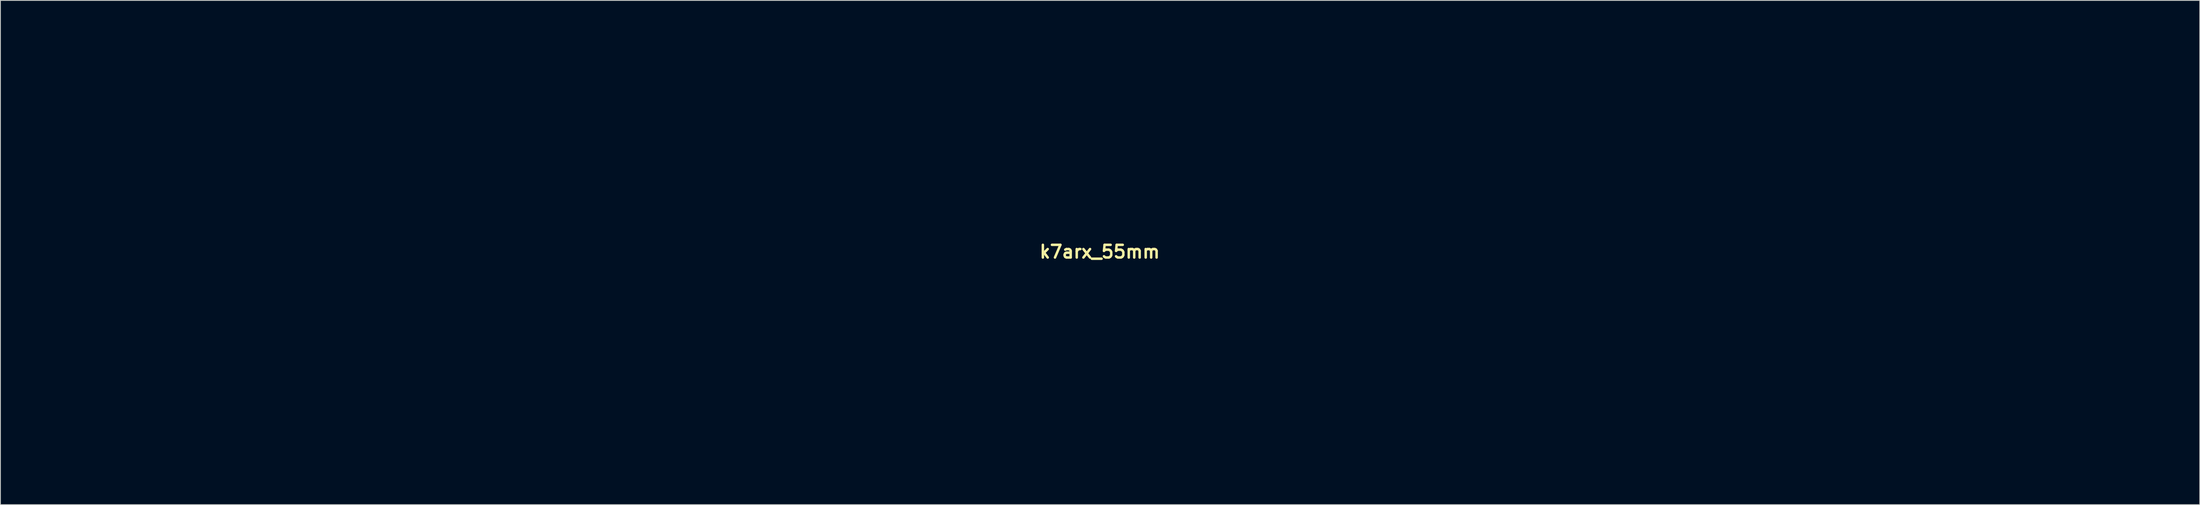
<source format=kicad_pcb>
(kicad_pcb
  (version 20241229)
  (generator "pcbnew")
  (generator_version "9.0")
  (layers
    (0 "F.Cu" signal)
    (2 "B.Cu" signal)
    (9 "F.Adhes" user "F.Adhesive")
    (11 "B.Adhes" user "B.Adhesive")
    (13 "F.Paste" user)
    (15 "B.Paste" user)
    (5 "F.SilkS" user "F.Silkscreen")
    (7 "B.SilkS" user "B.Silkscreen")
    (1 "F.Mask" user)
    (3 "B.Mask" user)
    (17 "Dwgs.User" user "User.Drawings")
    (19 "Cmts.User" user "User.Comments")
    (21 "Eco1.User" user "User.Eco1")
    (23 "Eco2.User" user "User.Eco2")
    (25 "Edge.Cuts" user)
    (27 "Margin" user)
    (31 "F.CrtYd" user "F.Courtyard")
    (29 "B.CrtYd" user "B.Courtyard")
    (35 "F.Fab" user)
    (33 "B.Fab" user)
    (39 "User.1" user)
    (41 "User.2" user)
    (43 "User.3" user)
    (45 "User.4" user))
  (footprint "k7arx_55mm"
    (layer "F.Cu")
    (at 128.871 27.194)
    (property "Reference" "k7arx_55mm" (at 0 0 0) (layer "F.SilkS") (effects (font (size 1.524 1.524) (thickness 0.3))))
    (attr through_hole)
    (fp_poly (pts (xy -70.536 -26.715) (xy -70.317 -26.701) (xy -70.014 -26.679) (xy -69.642 -26.65) (xy -69.211 -26.615) (xy -68.736 -26.576) (xy -68.23 -26.532) (xy -67.893 -26.503) (xy -66.843 -26.411) (xy -65.871 -26.329) (xy -64.961 -26.258) (xy -64.102 -26.195) (xy -63.278 -26.141) (xy -62.475 -26.095) (xy -61.681 -26.056) (xy -60.881 -26.025) (xy -60.062 -25.999) (xy -59.209 -25.979) (xy -58.309 -25.965) (xy -57.348 -25.955) (xy -56.313 -25.949) (xy -55.188 -25.946) (xy -54.539 -25.945) (xy -53.223 -25.948) (xy -52.005 -25.954) (xy -50.869 -25.965) (xy -49.802 -25.981) (xy -48.79 -26.003) (xy -47.821 -26.031) (xy -46.879 -26.065) (xy -45.953 -26.106) (xy -45.028 -26.154) (xy -44.09 -26.211) (xy -43.126 -26.275) (xy -42.233 -26.339) (xy -41.747 -26.374) (xy -41.291 -26.405) (xy -40.879 -26.431) (xy -40.523 -26.451) (xy -40.235 -26.465) (xy -40.027 -26.472) (xy -39.913 -26.471) (xy -39.897 -26.468) (xy -39.686 -26.356) (xy -39.454 -26.148) (xy -39.211 -25.852) (xy -38.963 -25.479) (xy -38.718 -25.038) (xy -38.692 -24.988) (xy -38.53 -24.638) (xy -38.365 -24.24) (xy -38.204 -23.812) (xy -38.053 -23.374) (xy -37.917 -22.944) (xy -37.805 -22.543) (xy -37.72 -22.19) (xy -37.671 -21.905) (xy -37.66 -21.755) (xy -37.675 -21.599) (xy -37.727 -21.439) (xy -37.823 -21.262) (xy -37.973 -21.054) (xy -38.186 -20.802) (xy -38.471 -20.492) (xy -38.52 -20.44) (xy -39.081 -19.844) (xy -39.583 -19.302) (xy -40.044 -18.793) (xy -40.485 -18.295) (xy -40.879 -17.84) (xy -42.452 -15.934) (xy -43.956 -13.96) (xy -45.388 -11.926) (xy -46.742 -9.842) (xy -48.013 -7.715) (xy -49.197 -5.553) (xy -50.289 -3.366) (xy -51.284 -1.161) (xy -52.177 1.055) (xy -52.741 2.611) (xy -53.35 4.471) (xy -53.881 6.3) (xy -54.339 8.12) (xy -54.728 9.953) (xy -55.054 11.821) (xy -55.321 13.746) (xy -55.51 15.504) (xy -55.534 15.824) (xy -55.555 16.228) (xy -55.573 16.701) (xy -55.588 17.229) (xy -55.6 17.798) (xy -55.608 18.392) (xy -55.613 18.998) (xy -55.614 19.6) (xy -55.612 20.184) (xy -55.606 20.734) (xy -55.597 21.238) (xy -55.584 21.68) (xy -55.567 22.045) (xy -55.546 22.318) (xy -55.54 22.376) (xy -55.47 22.872) (xy -55.381 23.402) (xy -55.279 23.938) (xy -55.168 24.451) (xy -55.055 24.913) (xy -54.946 25.295) (xy -54.943 25.304) (xy -54.825 25.718) (xy -54.748 26.093) (xy -54.719 26.335) (xy -54.709 26.557) (xy -54.718 26.706) (xy -54.752 26.818) (xy -54.817 26.929) (xy -54.822 26.936) (xy -54.959 27.093) (xy -55.123 27.226) (xy -55.143 27.239) (xy -55.177 27.257) (xy -55.214 27.274) (xy -55.262 27.288) (xy -55.327 27.301) (xy -55.415 27.312) (xy -55.534 27.321) (xy -55.69 27.329) (xy -55.89 27.335) (xy -56.14 27.341) (xy -56.446 27.345) (xy -56.817 27.349) (xy -57.257 27.352) (xy -57.773 27.354) (xy -58.373 27.356) (xy -59.063 27.357) (xy -59.849 27.359) (xy -60.739 27.36) (xy -60.779 27.36) (xy -61.546 27.361) (xy -62.285 27.361) (xy -62.988 27.36) (xy -63.646 27.359) (xy -64.252 27.356) (xy -64.799 27.353) (xy -65.278 27.35) (xy -65.682 27.346) (xy -66.003 27.341) (xy -66.234 27.336) (xy -66.366 27.33) (xy -66.394 27.327) (xy -66.658 27.215) (xy -66.906 27.023) (xy -67.108 26.782) (xy -67.233 26.521) (xy -67.236 26.512) (xy -67.267 26.325) (xy -67.285 26.032) (xy -67.29 25.632) (xy -67.284 25.127) (xy -67.265 24.52) (xy -67.238 23.888) (xy -67.075 21.586) (xy -66.807 19.254) (xy -66.435 16.894) (xy -65.958 14.508) (xy -65.378 12.096) (xy -64.695 9.66) (xy -63.909 7.203) (xy -63.021 4.724) (xy -62.032 2.227) (xy -60.941 -0.289) (xy -59.749 -2.82) (xy -58.457 -5.366) (xy -57.977 -6.268) (xy -57.242 -7.604) (xy -56.464 -8.961) (xy -55.655 -10.323) (xy -54.826 -11.671) (xy -53.987 -12.989) (xy -53.149 -14.259) (xy -52.323 -15.465) (xy -51.519 -16.589) (xy -51.3 -16.887) (xy -51.179 -17.058) (xy -51.094 -17.195) (xy -51.059 -17.275) (xy -51.061 -17.286) (xy -51.12 -17.291) (xy -51.283 -17.297) (xy -51.539 -17.301) (xy -51.883 -17.305) (xy -52.305 -17.309) (xy -52.799 -17.312) (xy -53.357 -17.314) (xy -53.97 -17.316) (xy -54.632 -17.317) (xy -55.334 -17.318) (xy -56.07 -17.319) (xy -56.83 -17.318) (xy -57.608 -17.318) (xy -58.395 -17.317) (xy -59.185 -17.315) (xy -59.968 -17.313) (xy -60.738 -17.311) (xy -61.488 -17.308) (xy -62.208 -17.305) (xy -62.891 -17.301) (xy -63.531 -17.297) (xy -64.118 -17.293) (xy -64.646 -17.288) (xy -65.106 -17.283) (xy -65.491 -17.278) (xy -65.793 -17.272) (xy -66.005 -17.266) (xy -66.084 -17.262) (xy -67.373 -17.149) (xy -68.586 -16.967) (xy -69.737 -16.715) (xy -70.837 -16.389) (xy -71.321 -16.218) (xy -71.565 -16.121) (xy -71.88 -15.988) (xy -72.242 -15.83) (xy -72.621 -15.658) (xy -72.993 -15.486) (xy -73.039 -15.464) (xy -73.509 -15.242) (xy -73.893 -15.065) (xy -74.204 -14.929) (xy -74.455 -14.827) (xy -74.659 -14.756) (xy -74.827 -14.711) (xy -74.972 -14.687) (xy -75.108 -14.679) (xy -75.122 -14.679) (xy -75.527 -14.718) (xy -75.878 -14.829) (xy -76.164 -15.004) (xy -76.375 -15.235) (xy -76.499 -15.513) (xy -76.529 -15.759) (xy -76.503 -16.064) (xy -76.427 -16.455) (xy -76.306 -16.921) (xy -76.145 -17.451) (xy -75.948 -18.035) (xy -75.719 -18.661) (xy -75.463 -19.321) (xy -75.185 -20.002) (xy -74.888 -20.695) (xy -74.577 -21.388) (xy -74.257 -22.072) (xy -73.932 -22.736) (xy -73.606 -23.369) (xy -73.284 -23.961) (xy -72.971 -24.501) (xy -72.671 -24.978) (xy -72.626 -25.044) (xy -72.294 -25.522) (xy -71.997 -25.907) (xy -71.728 -26.208) (xy -71.478 -26.431) (xy -71.236 -26.585) (xy -70.994 -26.678) (xy -70.744 -26.717) (xy -70.658 -26.719) (xy -70.536 -26.715)) (stroke (width 0.01) (type solid)) (fill yes) (layer "F.Mask"))
    (fp_poly (pts (xy -122.717 -26.307) (xy -122.055 -26.306) (xy -121.487 -26.305) (xy -121.005 -26.303) (xy -120.601 -26.3) (xy -120.266 -26.296) (xy -119.994 -26.29) (xy -119.775 -26.283) (xy -119.602 -26.274) (xy -119.467 -26.263) (xy -119.362 -26.251) (xy -119.278 -26.235) (xy -119.208 -26.218) (xy -119.183 -26.21) (xy -118.813 -26.053) (xy -118.518 -25.825) (xy -118.279 -25.512) (xy -118.203 -25.375) (xy -118.011 -24.998) (xy -118.018 -24.251) (xy -118.026 -23.915) (xy -118.045 -23.515) (xy -118.072 -23.094) (xy -118.103 -22.697) (xy -118.113 -22.596) (xy -118.171 -21.953) (xy -118.227 -21.258) (xy -118.281 -20.504) (xy -118.334 -19.682) (xy -118.385 -18.786) (xy -118.435 -17.806) (xy -118.485 -16.736) (xy -118.536 -15.568) (xy -118.562 -14.927) (xy -118.577 -14.513) (xy -118.592 -14.03) (xy -118.607 -13.487) (xy -118.623 -12.893) (xy -118.638 -12.259) (xy -118.652 -11.595) (xy -118.667 -10.909) (xy -118.68 -10.213) (xy -118.692 -9.515) (xy -118.704 -8.826) (xy -118.714 -8.156) (xy -118.723 -7.513) (xy -118.73 -6.909) (xy -118.736 -6.353) (xy -118.739 -5.854) (xy -118.741 -5.423) (xy -118.741 -5.069) (xy -118.738 -4.802) (xy -118.733 -4.632) (xy -118.73 -4.6) (xy -118.67 -4.241) (xy -118.561 -3.981) (xy -118.405 -3.82) (xy -118.203 -3.759) (xy -117.955 -3.797) (xy -117.662 -3.934) (xy -117.325 -4.172) (xy -117.324 -4.173) (xy -117.156 -4.312) (xy -116.919 -4.514) (xy -116.625 -4.768) (xy -116.287 -5.063) (xy -115.917 -5.388) (xy -115.527 -5.733) (xy -115.13 -6.086) (xy -114.738 -6.436) (xy -114.363 -6.773) (xy -114.018 -7.085) (xy -113.834 -7.254) (xy -112.972 -8.05) (xy -112.131 -8.836) (xy -111.305 -9.618) (xy -110.488 -10.403) (xy -109.675 -11.197) (xy -108.858 -12.006) (xy -108.031 -12.837) (xy -107.19 -13.696) (xy -106.327 -14.588) (xy -105.436 -15.521) (xy -104.513 -16.5) (xy -103.549 -17.532) (xy -102.54 -18.622) (xy -101.479 -19.778) (xy -100.361 -21.005) (xy -99.178 -22.31) (xy -99.069 -22.431) (xy -98.512 -23.046) (xy -98.022 -23.584) (xy -97.592 -24.052) (xy -97.215 -24.453) (xy -96.885 -24.795) (xy -96.596 -25.082) (xy -96.341 -25.321) (xy -96.113 -25.516) (xy -95.907 -25.674) (xy -95.715 -25.8) (xy -95.531 -25.899) (xy -95.349 -25.978) (xy -95.162 -26.041) (xy -94.964 -26.095) (xy -94.774 -26.139) (xy -94.696 -26.154) (xy -94.605 -26.167) (xy -94.493 -26.179) (xy -94.353 -26.189) (xy -94.178 -26.197) (xy -93.961 -26.204) (xy -93.696 -26.209) (xy -93.375 -26.213) (xy -92.991 -26.216) (xy -92.538 -26.218) (xy -92.008 -26.218) (xy -91.395 -26.218) (xy -90.692 -26.217) (xy -89.892 -26.215) (xy -89.147 -26.213) (xy -88.27 -26.21) (xy -87.496 -26.207) (xy -86.818 -26.205) (xy -86.231 -26.202) (xy -85.726 -26.198) (xy -85.298 -26.194) (xy -84.939 -26.19) (xy -84.643 -26.184) (xy -84.404 -26.178) (xy -84.214 -26.171) (xy -84.067 -26.162) (xy -83.956 -26.152) (xy -83.874 -26.14) (xy -83.815 -26.127) (xy -83.771 -26.112) (xy -83.743 -26.098) (xy -83.533 -25.925) (xy -83.399 -25.688) (xy -83.348 -25.409) (xy -83.385 -25.108) (xy -83.432 -24.972) (xy -83.493 -24.838) (xy -83.57 -24.702) (xy -83.67 -24.557) (xy -83.801 -24.394) (xy -83.969 -24.205) (xy -84.183 -23.983) (xy -84.449 -23.719) (xy -84.775 -23.406) (xy -85.168 -23.035) (xy -85.629 -22.607) (xy -87.083 -21.255) (xy -88.462 -19.971) (xy -89.772 -18.746) (xy -91.02 -17.576) (xy -92.212 -16.453) (xy -93.356 -15.371) (xy -94.457 -14.324) (xy -95.522 -13.305) (xy -96.559 -12.308) (xy -97.574 -11.326) (xy -98.573 -10.354) (xy -99.563 -9.385) (xy -100.551 -8.412) (xy -101.543 -7.429) (xy -102.547 -6.43) (xy -102.76 -6.216) (xy -103.273 -5.703) (xy -103.768 -5.206) (xy -104.238 -4.732) (xy -104.678 -4.287) (xy -105.08 -3.877) (xy -105.44 -3.509) (xy -105.751 -3.189) (xy -106.007 -2.923) (xy -106.202 -2.717) (xy -106.33 -2.578) (xy -106.377 -2.521) (xy -106.559 -2.253) (xy -106.658 -2.032) (xy -106.674 -1.834) (xy -106.604 -1.634) (xy -106.45 -1.406) (xy -106.339 -1.271) (xy -106.243 -1.16) (xy -106.087 -0.976) (xy -105.879 -0.731) (xy -105.63 -0.439) (xy -105.351 -0.109) (xy -105.05 0.245) (xy -104.772 0.573) (xy -103.887 1.615) (xy -103.021 2.632) (xy -102.178 3.62) (xy -101.363 4.572) (xy -100.58 5.484) (xy -99.834 6.351) (xy -99.13 7.166) (xy -98.472 7.924) (xy -97.864 8.621) (xy -97.313 9.25) (xy -96.821 9.806) (xy -96.395 10.284) (xy -96.323 10.363) (xy -94.776 12.06) (xy -93.272 13.662) (xy -91.806 15.176) (xy -90.373 16.606) (xy -88.969 17.957) (xy -87.587 19.234) (xy -86.223 20.443) (xy -84.872 21.587) (xy -83.76 22.49) (xy -83.586 22.628) (xy -83.351 22.815) (xy -83.076 23.034) (xy -82.785 23.265) (xy -82.574 23.433) (xy -82.126 23.803) (xy -81.722 24.163) (xy -81.375 24.502) (xy -81.095 24.809) (xy -80.893 25.072) (xy -80.846 25.147) (xy -80.683 25.507) (xy -80.595 25.887) (xy -80.59 26.249) (xy -80.598 26.303) (xy -80.683 26.643) (xy -80.824 26.904) (xy -81.038 27.112) (xy -81.258 27.249) (xy -81.292 27.265) (xy -81.333 27.279) (xy -81.389 27.292) (xy -81.465 27.303) (xy -81.568 27.313) (xy -81.704 27.322) (xy -81.879 27.329) (xy -82.099 27.335) (xy -82.371 27.341) (xy -82.7 27.346) (xy -83.093 27.35) (xy -83.556 27.353) (xy -84.096 27.356) (xy -84.718 27.359) (xy -85.428 27.361) (xy -86.234 27.364) (xy -87.141 27.366) (xy -87.553 27.367) (xy -88.666 27.369) (xy -89.671 27.37) (xy -90.569 27.37) (xy -91.361 27.368) (xy -92.048 27.366) (xy -92.633 27.361) (xy -93.116 27.356) (xy -93.498 27.349) (xy -93.782 27.34) (xy -93.969 27.331) (xy -94.04 27.323) (xy -94.317 27.26) (xy -94.619 27.16) (xy -94.814 27.077) (xy -95.069 26.929) (xy -95.337 26.722) (xy -95.625 26.448) (xy -95.942 26.098) (xy -96.296 25.664) (xy -96.542 25.343) (xy -97.272 24.382) (xy -98.019 23.412) (xy -98.789 22.429) (xy -99.586 21.428) (xy -100.413 20.403) (xy -101.276 19.349) (xy -102.178 18.262) (xy -103.124 17.136) (xy -104.117 15.966) (xy -105.163 14.747) (xy -106.265 13.474) (xy -107.428 12.142) (xy -108.655 10.746) (xy -109.952 9.281) (xy -111.117 7.972) (xy -111.639 7.388) (xy -112.093 6.881) (xy -112.487 6.445) (xy -112.825 6.073) (xy -113.113 5.76) (xy -113.357 5.499) (xy -113.563 5.286) (xy -113.736 5.113) (xy -113.882 4.974) (xy -114.007 4.865) (xy -114.117 4.778) (xy -114.216 4.708) (xy -114.217 4.708) (xy -114.343 4.63) (xy -114.457 4.582) (xy -114.57 4.569) (xy -114.697 4.597) (xy -114.849 4.67) (xy -115.039 4.796) (xy -115.28 4.978) (xy -115.586 5.224) (xy -115.786 5.388) (xy -116.363 5.867) (xy -116.857 6.29) (xy -117.276 6.666) (xy -117.625 7.003) (xy -117.912 7.308) (xy -118.143 7.592) (xy -118.325 7.862) (xy -118.463 8.127) (xy -118.566 8.395) (xy -118.639 8.675) (xy -118.689 8.975) (xy -118.707 9.126) (xy -118.72 9.336) (xy -118.726 9.647) (xy -118.726 10.051) (xy -118.72 10.541) (xy -118.709 11.107) (xy -118.692 11.741) (xy -118.671 12.436) (xy -118.644 13.183) (xy -118.614 13.974) (xy -118.579 14.8) (xy -118.541 15.653) (xy -118.5 16.525) (xy -118.456 17.408) (xy -118.409 18.294) (xy -118.359 19.173) (xy -118.308 20.039) (xy -118.255 20.883) (xy -118.231 21.249) (xy -118.176 22.079) (xy -118.129 22.806) (xy -118.089 23.44) (xy -118.057 23.987) (xy -118.034 24.455) (xy -118.018 24.852) (xy -118.01 25.186) (xy -118.01 25.465) (xy -118.019 25.695) (xy -118.036 25.886) (xy -118.061 26.044) (xy -118.094 26.178) (xy -118.136 26.295) (xy -118.186 26.403) (xy -118.245 26.51) (xy -118.275 26.561) (xy -118.494 26.832) (xy -118.798 27.068) (xy -119.16 27.25) (xy -119.247 27.282) (xy -119.335 27.293) (xy -119.521 27.303) (xy -119.796 27.313) (xy -120.148 27.323) (xy -120.566 27.331) (xy -121.039 27.339) (xy -121.557 27.345) (xy -122.109 27.351) (xy -122.684 27.356) (xy -123.27 27.359) (xy -123.857 27.362) (xy -124.435 27.363) (xy -124.991 27.363) (xy -125.515 27.361) (xy -125.997 27.359) (xy -126.426 27.354) (xy -126.789 27.349) (xy -127.078 27.342) (xy -127.28 27.333) (xy -127.372 27.324) (xy -127.801 27.209) (xy -128.173 27.005) (xy -128.479 26.72) (xy -128.708 26.363) (xy -128.765 26.229) (xy -128.805 26.119) (xy -128.833 26.013) (xy -128.852 25.894) (xy -128.863 25.743) (xy -128.866 25.543) (xy -128.862 25.274) (xy -128.853 24.919) (xy -128.85 24.795) (xy -128.835 24.37) (xy -128.814 23.877) (xy -128.789 23.357) (xy -128.761 22.851) (xy -128.735 22.431) (xy -128.679 21.54) (xy -128.622 20.55) (xy -128.567 19.475) (xy -128.512 18.325) (xy -128.458 17.113) (xy -128.406 15.85) (xy -128.357 14.549) (xy -128.309 13.221) (xy -128.265 11.879) (xy -128.224 10.533) (xy -128.188 9.197) (xy -128.155 7.882) (xy -128.127 6.599) (xy -128.104 5.361) (xy -128.096 4.811) (xy -128.066 1.489) (xy -128.071 -1.914) (xy -128.111 -5.377) (xy -128.186 -8.877) (xy -128.294 -12.392) (xy -128.436 -15.901) (xy -128.611 -19.38) (xy -128.738 -21.552) (xy -128.768 -22.071) (xy -128.795 -22.58) (xy -128.819 -23.064) (xy -128.837 -23.507) (xy -128.851 -23.891) (xy -128.858 -24.203) (xy -128.859 -24.424) (xy -128.858 -24.465) (xy -128.845 -24.755) (xy -128.827 -24.963) (xy -128.797 -25.12) (xy -128.751 -25.254) (xy -128.693 -25.376) (xy -128.452 -25.723) (xy -128.129 -26) (xy -127.791 -26.177) (xy -127.467 -26.307) (xy -123.481 -26.307) (xy -122.717 -26.307)) (stroke (width 0.01) (type solid)) (fill yes) (layer "F.Mask"))
    (fp_poly (pts (xy 41.311 -26.336) (xy 42.29 -26.336) (xy 43.253 -26.334) (xy 44.194 -26.333) (xy 45.105 -26.331) (xy 45.982 -26.328) (xy 46.817 -26.325) (xy 47.605 -26.322) (xy 48.338 -26.318) (xy 49.012 -26.313) (xy 49.618 -26.309) (xy 50.152 -26.303) (xy 50.607 -26.298) (xy 50.976 -26.292) (xy 51.253 -26.285) (xy 51.41 -26.279) (xy 52.397 -26.224) (xy 53.295 -26.157) (xy 54.127 -26.078) (xy 54.913 -25.984) (xy 55.676 -25.871) (xy 56.437 -25.739) (xy 56.655 -25.697) (xy 58.062 -25.383) (xy 59.381 -25.004) (xy 60.613 -24.561) (xy 61.757 -24.052) (xy 62.812 -23.479) (xy 63.78 -22.841) (xy 64.658 -22.138) (xy 65.448 -21.372) (xy 66.149 -20.541) (xy 66.761 -19.647) (xy 67.284 -18.688) (xy 67.448 -18.332) (xy 67.769 -17.514) (xy 68.045 -16.633) (xy 68.263 -15.733) (xy 68.361 -15.202) (xy 68.435 -14.729) (xy 68.49 -14.325) (xy 68.53 -13.959) (xy 68.557 -13.601) (xy 68.573 -13.22) (xy 68.581 -12.785) (xy 68.582 -12.343) (xy 68.56 -11.382) (xy 68.493 -10.497) (xy 68.377 -9.664) (xy 68.209 -8.856) (xy 67.984 -8.05) (xy 67.942 -7.917) (xy 67.535 -6.809) (xy 67.035 -5.733) (xy 66.439 -4.684) (xy 65.743 -3.657) (xy 64.945 -2.646) (xy 64.042 -1.647) (xy 63.72 -1.319) (xy 63.114 -0.73) (xy 62.488 -0.156) (xy 61.833 0.411) (xy 61.136 0.98) (xy 60.389 1.559) (xy 59.579 2.156) (xy 58.697 2.779) (xy 57.731 3.438) (xy 57.242 3.764) (xy 56.891 3.999) (xy 56.567 4.22) (xy 56.282 4.417) (xy 56.05 4.583) (xy 55.881 4.709) (xy 55.788 4.786) (xy 55.776 4.799) (xy 55.702 4.994) (xy 55.705 5.235) (xy 55.783 5.494) (xy 55.845 5.615) (xy 55.882 5.675) (xy 55.937 5.758) (xy 56.013 5.868) (xy 56.113 6.009) (xy 56.241 6.186) (xy 56.401 6.405) (xy 56.595 6.671) (xy 56.828 6.987) (xy 57.103 7.358) (xy 57.423 7.79) (xy 57.792 8.288) (xy 58.214 8.855) (xy 58.692 9.497) (xy 59.23 10.219) (xy 59.681 10.824) (xy 60.292 11.642) (xy 60.849 12.381) (xy 61.361 13.054) (xy 61.837 13.672) (xy 62.287 14.247) (xy 62.721 14.791) (xy 63.146 15.316) (xy 63.574 15.833) (xy 64.012 16.354) (xy 64.471 16.891) (xy 64.616 17.06) (xy 65.2 17.727) (xy 65.83 18.429) (xy 66.494 19.153) (xy 67.179 19.886) (xy 67.874 20.615) (xy 68.565 21.328) (xy 69.241 22.011) (xy 69.889 22.653) (xy 70.497 23.24) (xy 71.052 23.759) (xy 71.242 23.932) (xy 71.661 24.329) (xy 72.016 24.705) (xy 72.298 25.052) (xy 72.502 25.36) (xy 72.619 25.621) (xy 72.624 25.639) (xy 72.666 25.886) (xy 72.671 26.163) (xy 72.668 26.216) (xy 72.59 26.596) (xy 72.431 26.9) (xy 72.193 27.129) (xy 71.875 27.282) (xy 71.718 27.324) (xy 71.618 27.335) (xy 71.426 27.344) (xy 71.139 27.352) (xy 70.756 27.359) (xy 70.275 27.364) (xy 69.694 27.367) (xy 69.012 27.37) (xy 68.226 27.371) (xy 67.335 27.37) (xy 66.337 27.368) (xy 65.752 27.367) (xy 60.064 27.351) (xy 59.738 27.227) (xy 59.357 27.061) (xy 59.041 26.87) (xy 58.747 26.626) (xy 58.674 26.556) (xy 58.548 26.43) (xy 58.427 26.303) (xy 58.306 26.167) (xy 58.179 26.016) (xy 58.041 25.84) (xy 57.885 25.632) (xy 57.706 25.384) (xy 57.498 25.089) (xy 57.256 24.739) (xy 56.974 24.325) (xy 56.646 23.841) (xy 56.267 23.278) (xy 55.994 22.871) (xy 55.121 21.577) (xy 54.292 20.363) (xy 53.495 19.21) (xy 52.718 18.104) (xy 51.949 17.029) (xy 51.177 15.967) (xy 50.391 14.903) (xy 49.578 13.82) (xy 48.726 12.702) (xy 47.825 11.534) (xy 47.63 11.283) (xy 47.226 10.771) (xy 46.875 10.345) (xy 46.571 9.998) (xy 46.307 9.725) (xy 46.076 9.519) (xy 45.872 9.374) (xy 45.688 9.283) (xy 45.517 9.241) (xy 45.436 9.236) (xy 45.294 9.253) (xy 45.06 9.301) (xy 44.748 9.376) (xy 44.371 9.475) (xy 43.942 9.594) (xy 43.475 9.728) (xy 42.981 9.875) (xy 42.475 10.031) (xy 41.968 10.192) (xy 41.476 10.353) (xy 41.186 10.452) (xy 40.94 10.535) (xy 40.731 10.603) (xy 40.581 10.649) (xy 40.513 10.666) (xy 40.505 10.612) (xy 40.497 10.455) (xy 40.49 10.203) (xy 40.484 9.862) (xy 40.478 9.44) (xy 40.473 8.943) (xy 40.469 8.379) (xy 40.466 7.756) (xy 40.465 7.079) (xy 40.464 6.357) (xy 40.464 2.049) (xy 41.44 1.733) (xy 42.969 1.213) (xy 44.47 0.652) (xy 45.927 0.057) (xy 47.325 -0.566) (xy 48.647 -1.209) (xy 49.877 -1.866) (xy 50.058 -1.968) (xy 51.341 -2.739) (xy 52.523 -3.53) (xy 53.603 -4.341) (xy 54.579 -5.17) (xy 55.452 -6.018) (xy 56.22 -6.882) (xy 56.881 -7.762) (xy 57.435 -8.657) (xy 57.809 -9.401) (xy 58.127 -10.211) (xy 58.352 -11.017) (xy 58.484 -11.811) (xy 58.525 -12.586) (xy 58.474 -13.334) (xy 58.333 -14.048) (xy 58.103 -14.721) (xy 57.783 -15.344) (xy 57.375 -15.911) (xy 57.22 -16.086) (xy 56.696 -16.569) (xy 56.085 -16.995) (xy 55.395 -17.36) (xy 54.635 -17.659) (xy 53.815 -17.887) (xy 53.661 -17.92) (xy 53.463 -17.96) (xy 53.274 -17.996) (xy 53.087 -18.029) (xy 52.896 -18.057) (xy 52.694 -18.083) (xy 52.474 -18.105) (xy 52.229 -18.124) (xy 51.953 -18.14) (xy 51.64 -18.153) (xy 51.281 -18.165) (xy 50.872 -18.174) (xy 50.404 -18.181) (xy 49.871 -18.187) (xy 49.267 -18.191) (xy 48.584 -18.194) (xy 47.817 -18.196) (xy 46.958 -18.197) (xy 46.001 -18.197) (xy 45.243 -18.197) (xy 44.242 -18.197) (xy 43.344 -18.198) (xy 42.544 -18.197) (xy 41.836 -18.196) (xy 41.214 -18.195) (xy 40.672 -18.191) (xy 40.204 -18.186) (xy 39.804 -18.18) (xy 39.466 -18.171) (xy 39.184 -18.159) (xy 38.952 -18.144) (xy 38.763 -18.127) (xy 38.613 -18.105) (xy 38.494 -18.08) (xy 38.402 -18.051) (xy 38.329 -18.017) (xy 38.27 -17.978) (xy 38.219 -17.934) (xy 38.17 -17.885) (xy 38.117 -17.83) (xy 38.107 -17.82) (xy 38.072 -17.788) (xy 38.039 -17.763) (xy 38.009 -17.74) (xy 37.98 -17.717) (xy 37.954 -17.689) (xy 37.93 -17.653) (xy 37.907 -17.605) (xy 37.887 -17.541) (xy 37.868 -17.458) (xy 37.851 -17.352) (xy 37.836 -17.219) (xy 37.822 -17.056) (xy 37.809 -16.859) (xy 37.798 -16.625) (xy 37.788 -16.349) (xy 37.78 -16.028) (xy 37.772 -15.658) (xy 37.766 -15.237) (xy 37.76 -14.759) (xy 37.756 -14.221) (xy 37.752 -13.62) (xy 37.749 -12.952) (xy 37.747 -12.213) (xy 37.745 -11.399) (xy 37.744 -10.508) (xy 37.743 -9.535) (xy 37.742 -8.476) (xy 37.742 -7.328) (xy 37.742 -6.088) (xy 37.742 -4.75) (xy 37.742 -3.313) (xy 37.743 -1.772) (xy 37.743 -0.687) (xy 37.743 0.963) (xy 37.743 2.507) (xy 37.743 3.951) (xy 37.743 5.3) (xy 37.744 6.557) (xy 37.745 7.728) (xy 37.746 8.817) (xy 37.748 9.829) (xy 37.75 10.77) (xy 37.753 11.642) (xy 37.757 12.452) (xy 37.761 13.204) (xy 37.767 13.903) (xy 37.773 14.553) (xy 37.78 15.159) (xy 37.788 15.726) (xy 37.797 16.259) (xy 37.808 16.762) (xy 37.82 17.24) (xy 37.833 17.697) (xy 37.847 18.14) (xy 37.863 18.571) (xy 37.881 18.996) (xy 37.9 19.42) (xy 37.921 19.848) (xy 37.944 20.283) (xy 37.968 20.731) (xy 37.995 21.197) (xy 38.023 21.685) (xy 38.054 22.2) (xy 38.086 22.747) (xy 38.105 23.063) (xy 38.142 23.707) (xy 38.171 24.252) (xy 38.189 24.709) (xy 38.198 25.088) (xy 38.197 25.401) (xy 38.186 25.659) (xy 38.165 25.871) (xy 38.132 26.05) (xy 38.089 26.204) (xy 38.034 26.347) (xy 38.019 26.379) (xy 37.823 26.713) (xy 37.564 26.973) (xy 37.223 27.176) (xy 37.122 27.221) (xy 36.808 27.351) (xy 32.602 27.36) (xy 31.925 27.36) (xy 31.274 27.36) (xy 30.659 27.359) (xy 30.088 27.357) (xy 29.572 27.353) (xy 29.12 27.349) (xy 28.74 27.345) (xy 28.441 27.339) (xy 28.234 27.333) (xy 28.126 27.327) (xy 28.121 27.326) (xy 27.693 27.215) (xy 27.323 27.024) (xy 27.022 26.764) (xy 26.801 26.444) (xy 26.7 26.183) (xy 26.668 26.05) (xy 26.643 25.902) (xy 26.626 25.727) (xy 26.617 25.515) (xy 26.615 25.255) (xy 26.621 24.937) (xy 26.635 24.55) (xy 26.657 24.084) (xy 26.687 23.527) (xy 26.718 22.99) (xy 26.822 21.194) (xy 26.915 19.494) (xy 26.998 17.875) (xy 27.072 16.323) (xy 27.137 14.824) (xy 27.192 13.365) (xy 27.24 11.931) (xy 27.279 10.507) (xy 27.311 9.081) (xy 27.336 7.638) (xy 27.354 6.164) (xy 27.365 4.644) (xy 27.37 3.065) (xy 27.37 1.413) (xy 27.364 -0.326) (xy 27.362 -0.797) (xy 27.354 -2.089) (xy 27.345 -3.284) (xy 27.335 -4.394) (xy 27.323 -5.432) (xy 27.309 -6.41) (xy 27.293 -7.341) (xy 27.274 -8.237) (xy 27.252 -9.111) (xy 27.226 -9.975) (xy 27.196 -10.842) (xy 27.162 -11.725) (xy 27.124 -12.636) (xy 27.081 -13.587) (xy 27.033 -14.592) (xy 26.979 -15.662) (xy 26.939 -16.439) (xy 26.887 -17.452) (xy 26.84 -18.363) (xy 26.798 -19.177) (xy 26.762 -19.903) (xy 26.73 -20.545) (xy 26.703 -21.112) (xy 26.68 -21.61) (xy 26.662 -22.046) (xy 26.646 -22.426) (xy 26.635 -22.758) (xy 26.626 -23.048) (xy 26.621 -23.304) (xy 26.618 -23.531) (xy 26.617 -23.737) (xy 26.618 -23.929) (xy 26.621 -24.112) (xy 26.621 -24.126) (xy 26.63 -24.489) (xy 26.642 -24.762) (xy 26.657 -24.964) (xy 26.68 -25.113) (xy 26.71 -25.231) (xy 26.752 -25.336) (xy 26.756 -25.345) (xy 26.974 -25.69) (xy 27.275 -25.963) (xy 27.658 -26.164) (xy 28.028 -26.273) (xy 28.116 -26.28) (xy 28.307 -26.286) (xy 28.596 -26.293) (xy 28.976 -26.298) (xy 29.441 -26.304) (xy 29.984 -26.309) (xy 30.599 -26.313) (xy 31.28 -26.318) (xy 32.02 -26.321) (xy 32.814 -26.325) (xy 33.655 -26.328) (xy 34.536 -26.33) (xy 35.451 -26.332) (xy 36.395 -26.334) (xy 37.36 -26.335) (xy 38.34 -26.336) (xy 39.33 -26.337) (xy 40.323 -26.337) (xy 41.311 -26.336)) (stroke (width 0.01) (type solid)) (fill yes) (layer "F.Mask"))
    (fp_poly (pts (xy 88.961 -26.307) (xy 89.598 -26.306) (xy 90.153 -26.303) (xy 90.63 -26.298) (xy 91.037 -26.291) (xy 91.38 -26.28) (xy 91.666 -26.267) (xy 91.902 -26.249) (xy 92.093 -26.226) (xy 92.248 -26.199) (xy 92.372 -26.166) (xy 92.472 -26.127) (xy 92.555 -26.081) (xy 92.626 -26.029) (xy 92.694 -25.968) (xy 92.764 -25.9) (xy 92.843 -25.824) (xy 92.844 -25.822) (xy 92.938 -25.731) (xy 93.026 -25.638) (xy 93.116 -25.532) (xy 93.213 -25.406) (xy 93.324 -25.248) (xy 93.455 -25.05) (xy 93.613 -24.801) (xy 93.803 -24.494) (xy 94.032 -24.118) (xy 94.307 -23.663) (xy 94.53 -23.293) (xy 94.824 -22.804) (xy 95.074 -22.39) (xy 95.289 -22.035) (xy 95.481 -21.72) (xy 95.66 -21.427) (xy 95.839 -21.137) (xy 96.027 -20.834) (xy 96.237 -20.498) (xy 96.463 -20.136) (xy 96.641 -19.852) (xy 96.811 -19.58) (xy 96.959 -19.342) (xy 97.072 -19.161) (xy 97.115 -19.091) (xy 97.214 -18.935) (xy 97.368 -18.697) (xy 97.571 -18.388) (xy 97.816 -18.016) (xy 98.097 -17.591) (xy 98.407 -17.124) (xy 98.741 -16.623) (xy 99.09 -16.098) (xy 99.45 -15.559) (xy 99.814 -15.016) (xy 100.175 -14.478) (xy 100.527 -13.954) (xy 100.863 -13.455) (xy 101.177 -12.99) (xy 101.463 -12.568) (xy 101.714 -12.2) (xy 101.842 -12.013) (xy 102.123 -11.606) (xy 102.393 -11.221) (xy 102.645 -10.869) (xy 102.869 -10.56) (xy 103.058 -10.306) (xy 103.203 -10.118) (xy 103.297 -10.008) (xy 103.311 -9.994) (xy 103.513 -9.836) (xy 103.704 -9.749) (xy 103.893 -9.737) (xy 104.089 -9.803) (xy 104.298 -9.952) (xy 104.529 -10.189) (xy 104.789 -10.517) (xy 105.088 -10.94) (xy 105.091 -10.945) (xy 105.251 -11.18) (xy 105.454 -11.478) (xy 105.682 -11.812) (xy 105.916 -12.153) (xy 106.102 -12.424) (xy 107.069 -13.835) (xy 107.978 -15.178) (xy 108.84 -16.472) (xy 109.666 -17.735) (xy 110.469 -18.982) (xy 111.26 -20.233) (xy 112.05 -21.506) (xy 112.85 -22.817) (xy 113.19 -23.378) (xy 113.438 -23.789) (xy 113.677 -24.182) (xy 113.9 -24.544) (xy 114.098 -24.861) (xy 114.263 -25.123) (xy 114.387 -25.314) (xy 114.458 -25.419) (xy 114.766 -25.777) (xy 115.086 -26.035) (xy 115.429 -26.2) (xy 115.443 -26.204) (xy 115.498 -26.221) (xy 115.561 -26.236) (xy 115.636 -26.249) (xy 115.731 -26.261) (xy 115.853 -26.27) (xy 116.008 -26.279) (xy 116.204 -26.286) (xy 116.446 -26.291) (xy 116.742 -26.296) (xy 117.098 -26.3) (xy 117.522 -26.302) (xy 118.019 -26.304) (xy 118.598 -26.306) (xy 119.263 -26.307) (xy 120.023 -26.307) (xy 120.883 -26.307) (xy 121.2 -26.307) (xy 126.643 -26.307) (xy 126.885 -26.17) (xy 127.123 -25.989) (xy 127.265 -25.767) (xy 127.316 -25.488) (xy 127.312 -25.337) (xy 127.298 -25.201) (xy 127.276 -25.069) (xy 127.241 -24.936) (xy 127.19 -24.795) (xy 127.117 -24.638) (xy 127.017 -24.458) (xy 126.888 -24.248) (xy 126.722 -24.002) (xy 126.518 -23.713) (xy 126.268 -23.373) (xy 125.97 -22.975) (xy 125.619 -22.513) (xy 125.209 -21.98) (xy 124.737 -21.367) (xy 124.656 -21.262) (xy 124.259 -20.749) (xy 123.872 -20.247) (xy 123.502 -19.767) (xy 123.155 -19.318) (xy 122.839 -18.908) (xy 122.56 -18.546) (xy 122.326 -18.242) (xy 122.143 -18.003) (xy 122.017 -17.84) (xy 121.99 -17.803) (xy 121.8 -17.555) (xy 121.57 -17.254) (xy 121.328 -16.937) (xy 121.099 -16.638) (xy 121.066 -16.594) (xy 120.671 -16.077) (xy 120.221 -15.483) (xy 119.723 -14.825) (xy 119.187 -14.113) (xy 118.623 -13.361) (xy 118.037 -12.579) (xy 117.441 -11.781) (xy 116.841 -10.977) (xy 116.248 -10.18) (xy 115.671 -9.401) (xy 115.117 -8.654) (xy 114.597 -7.949) (xy 114.119 -7.298) (xy 113.692 -6.714) (xy 113.667 -6.68) (xy 113.424 -6.347) (xy 113.179 -6.011) (xy 112.946 -5.693) (xy 112.742 -5.414) (xy 112.581 -5.195) (xy 112.541 -5.14) (xy 112.372 -4.91) (xy 112.163 -4.623) (xy 111.937 -4.311) (xy 111.718 -4.008) (xy 111.662 -3.931) (xy 111.468 -3.662) (xy 111.279 -3.4) (xy 111.112 -3.17) (xy 110.985 -2.995) (xy 110.945 -2.941) (xy 110.511 -2.348) (xy 110.146 -1.839) (xy 109.849 -1.415) (xy 109.621 -1.076) (xy 109.462 -0.822) (xy 109.37 -0.651) (xy 109.35 -0.597) (xy 109.322 -0.431) (xy 109.332 -0.259) (xy 109.386 -0.068) (xy 109.49 0.157) (xy 109.65 0.428) (xy 109.872 0.761) (xy 110.053 1.017) (xy 110.26 1.305) (xy 110.513 1.657) (xy 110.794 2.048) (xy 111.084 2.451) (xy 111.365 2.843) (xy 111.495 3.024) (xy 112.437 4.331) (xy 113.409 5.669) (xy 114.404 7.027) (xy 115.411 8.394) (xy 116.424 9.759) (xy 117.434 11.11) (xy 118.431 12.436) (xy 119.408 13.725) (xy 120.356 14.967) (xy 121.268 16.151) (xy 122.133 17.264) (xy 122.846 18.17) (xy 123.539 19.046) (xy 124.241 19.926) (xy 124.941 20.8) (xy 125.628 21.652) (xy 126.291 22.471) (xy 126.92 23.242) (xy 127.505 23.954) (xy 128.034 24.592) (xy 128.066 24.63) (xy 128.37 25.026) (xy 128.619 25.416) (xy 128.727 25.62) (xy 128.838 25.862) (xy 128.905 26.046) (xy 128.94 26.212) (xy 128.951 26.398) (xy 128.952 26.462) (xy 128.949 26.664) (xy 128.929 26.794) (xy 128.879 26.891) (xy 128.783 26.994) (xy 128.726 27.048) (xy 128.506 27.213) (xy 128.259 27.307) (xy 128.2 27.321) (xy 128.106 27.332) (xy 127.94 27.342) (xy 127.698 27.35) (xy 127.376 27.357) (xy 126.97 27.363) (xy 126.477 27.367) (xy 125.892 27.37) (xy 125.213 27.371) (xy 124.434 27.371) (xy 123.554 27.37) (xy 122.625 27.367) (xy 117.351 27.352) (xy 117.024 27.22) (xy 116.687 27.036) (xy 116.361 26.769) (xy 116.075 26.445) (xy 115.979 26.307) (xy 115.901 26.182) (xy 115.777 25.981) (xy 115.616 25.718) (xy 115.429 25.412) (xy 115.227 25.079) (xy 115.086 24.846) (xy 114.882 24.508) (xy 114.689 24.19) (xy 114.517 23.908) (xy 114.375 23.676) (xy 114.274 23.512) (xy 114.232 23.445) (xy 114.149 23.313) (xy 114.025 23.115) (xy 113.877 22.877) (xy 113.721 22.625) (xy 113.72 22.624) (xy 113.343 22.019) (xy 112.911 21.34) (xy 112.434 20.602) (xy 111.923 19.818) (xy 111.387 19.003) (xy 110.835 18.173) (xy 110.278 17.342) (xy 109.725 16.525) (xy 109.186 15.736) (xy 108.671 14.99) (xy 108.474 14.707) (xy 108.317 14.482) (xy 108.113 14.19) (xy 107.877 13.853) (xy 107.626 13.493) (xy 107.374 13.132) (xy 107.263 12.975) (xy 107.008 12.609) (xy 106.736 12.223) (xy 106.467 11.842) (xy 106.219 11.491) (xy 106.008 11.195) (xy 105.945 11.106) (xy 105.708 10.775) (xy 105.44 10.398) (xy 105.169 10.017) (xy 104.926 9.675) (xy 104.888 9.621) (xy 104.704 9.364) (xy 104.533 9.133) (xy 104.39 8.945) (xy 104.288 8.819) (xy 104.25 8.778) (xy 104.069 8.68) (xy 103.841 8.645) (xy 103.615 8.676) (xy 103.534 8.709) (xy 103.424 8.794) (xy 103.278 8.945) (xy 103.125 9.132) (xy 103.072 9.204) (xy 102.98 9.333) (xy 102.832 9.542) (xy 102.637 9.818) (xy 102.4 10.152) (xy 102.131 10.533) (xy 101.836 10.951) (xy 101.524 11.393) (xy 101.201 11.85) (xy 100.876 12.311) (xy 100.556 12.764) (xy 100.249 13.2) (xy 99.962 13.608) (xy 99.702 13.976) (xy 99.619 14.095) (xy 98 16.431) (xy 96.418 18.788) (xy 94.887 21.142) (xy 93.424 23.47) (xy 92.614 24.795) (xy 92.413 25.128) (xy 92.216 25.45) (xy 92.037 25.744) (xy 91.886 25.988) (xy 91.776 26.165) (xy 91.749 26.206) (xy 91.463 26.587) (xy 91.139 26.904) (xy 90.798 27.14) (xy 90.63 27.219) (xy 90.302 27.352) (xy 84.969 27.361) (xy 84.209 27.361) (xy 83.479 27.361) (xy 82.785 27.361) (xy 82.135 27.359) (xy 81.538 27.357) (xy 81.001 27.354) (xy 80.532 27.35) (xy 80.138 27.346) (xy 79.828 27.342) (xy 79.609 27.337) (xy 79.49 27.331) (xy 79.471 27.329) (xy 79.14 27.204) (xy 78.901 27.019) (xy 78.755 26.777) (xy 78.704 26.479) (xy 78.749 26.128) (xy 78.752 26.114) (xy 78.816 25.899) (xy 78.898 25.69) (xy 79.009 25.475) (xy 79.155 25.238) (xy 79.346 24.967) (xy 79.591 24.649) (xy 79.897 24.268) (xy 80.053 24.081) (xy 81.402 22.439) (xy 82.796 20.716) (xy 84.225 18.921) (xy 85.68 17.07) (xy 87.15 15.172) (xy 88.626 13.243) (xy 90.098 11.293) (xy 90.547 10.693) (xy 90.952 10.151) (xy 91.303 9.68) (xy 91.612 9.265) (xy 91.891 8.89) (xy 92.152 8.537) (xy 92.407 8.192) (xy 92.669 7.837) (xy 92.948 7.457) (xy 93.257 7.035) (xy 93.609 6.555) (xy 93.844 6.234) (xy 94.059 5.94) (xy 94.287 5.629) (xy 94.505 5.333) (xy 94.688 5.084) (xy 94.728 5.031) (xy 94.907 4.786) (xy 95.122 4.489) (xy 95.345 4.179) (xy 95.543 3.903) (xy 95.755 3.605) (xy 96.002 3.26) (xy 96.251 2.912) (xy 96.473 2.603) (xy 96.858 2.07) (xy 97.183 1.617) (xy 97.454 1.238) (xy 97.676 0.924) (xy 97.854 0.668) (xy 97.994 0.462) (xy 98.101 0.297) (xy 98.179 0.166) (xy 98.234 0.061) (xy 98.271 -0.025) (xy 98.296 -0.102) (xy 98.313 -0.176) (xy 98.322 -0.221) (xy 98.332 -0.402) (xy 98.296 -0.595) (xy 98.205 -0.817) (xy 98.053 -1.083) (xy 97.833 -1.407) (xy 97.752 -1.52) (xy 97.53 -1.824) (xy 97.281 -2.166) (xy 97.037 -2.503) (xy 96.842 -2.771) (xy 96.717 -2.943) (xy 96.537 -3.192) (xy 96.309 -3.506) (xy 96.042 -3.872) (xy 95.745 -4.28) (xy 95.428 -4.717) (xy 95.098 -5.17) (xy 94.764 -5.629) (xy 94.435 -6.08) (xy 94.12 -6.513) (xy 93.827 -6.915) (xy 93.566 -7.274) (xy 93.344 -7.578) (xy 93.171 -7.815) (xy 93.148 -7.846) (xy 92.904 -8.179) (xy 92.606 -8.584) (xy 92.26 -9.051) (xy 91.875 -9.57) (xy 91.457 -10.131) (xy 91.015 -10.724) (xy 90.555 -11.34) (xy 90.086 -11.969) (xy 89.613 -12.6) (xy 89.145 -13.224) (xy 88.69 -13.831) (xy 88.254 -14.411) (xy 87.845 -14.955) (xy 87.47 -15.451) (xy 87.137 -15.891) (xy 86.854 -16.264) (xy 86.627 -16.561) (xy 86.588 -16.612) (xy 86.426 -16.822) (xy 86.215 -17.096) (xy 85.974 -17.412) (xy 85.719 -17.745) (xy 85.469 -18.072) (xy 85.436 -18.115) (xy 85.158 -18.48) (xy 84.843 -18.891) (xy 84.519 -19.313) (xy 84.211 -19.712) (xy 83.979 -20.013) (xy 83.742 -20.321) (xy 83.456 -20.691) (xy 83.141 -21.098) (xy 82.817 -21.518) (xy 82.502 -21.926) (xy 82.303 -22.185) (xy 82.039 -22.526) (xy 81.783 -22.856) (xy 81.547 -23.161) (xy 81.342 -23.425) (xy 81.181 -23.632) (xy 81.074 -23.767) (xy 81.072 -23.77) (xy 80.918 -23.985) (xy 80.753 -24.251) (xy 80.606 -24.518) (xy 80.577 -24.575) (xy 80.465 -24.818) (xy 80.397 -25.003) (xy 80.363 -25.168) (xy 80.352 -25.35) (xy 80.352 -25.4) (xy 80.374 -25.684) (xy 80.449 -25.892) (xy 80.592 -26.05) (xy 80.809 -26.181) (xy 81.066 -26.307) (xy 86.481 -26.307) (xy 87.409 -26.307) (xy 88.233 -26.307) (xy 88.961 -26.307)) (stroke (width 0.01) (type solid)) (fill yes) (layer "F.Mask"))
    (fp_poly (pts (xy -6.813 -27.185) (xy -6.39 -27.172) (xy -6.011 -27.151) (xy -5.7 -27.122) (xy -5.498 -27.089) (xy -4.936 -26.913) (xy -4.433 -26.657) (xy -4 -26.327) (xy -3.646 -25.929) (xy -3.517 -25.733) (xy -3.439 -25.59) (xy -3.326 -25.363) (xy -3.183 -25.066) (xy -3.018 -24.716) (xy -2.839 -24.328) (xy -2.654 -23.919) (xy -2.577 -23.746) (xy -2.373 -23.288) (xy -2.157 -22.805) (xy -1.942 -22.321) (xy -1.736 -21.862) (xy -1.553 -21.451) (xy -1.402 -21.114) (xy -1.389 -21.084) (xy -1.232 -20.733) (xy -1.075 -20.382) (xy -0.929 -20.056) (xy -0.806 -19.779) (xy -0.716 -19.577) (xy -0.714 -19.572) (xy -0.597 -19.308) (xy -0.457 -18.995) (xy -0.318 -18.685) (xy -0.26 -18.555) (xy -0.159 -18.33) (xy -0.025 -18.031) (xy 0.131 -17.684) (xy 0.296 -17.316) (xy 0.459 -16.953) (xy 0.467 -16.933) (xy 0.629 -16.573) (xy 0.793 -16.207) (xy 0.948 -15.861) (xy 1.082 -15.563) (xy 1.183 -15.336) (xy 1.188 -15.325) (xy 1.325 -15.021) (xy 1.48 -14.676) (xy 1.626 -14.351) (xy 1.67 -14.253) (xy 1.769 -14.033) (xy 1.902 -13.738) (xy 2.056 -13.395) (xy 2.219 -13.029) (xy 2.382 -12.667) (xy 2.392 -12.645) (xy 2.62 -12.135) (xy 2.822 -11.684) (xy 3.014 -11.258) (xy 3.209 -10.823) (xy 3.423 -10.347) (xy 3.601 -9.951) (xy 3.74 -9.643) (xy 3.896 -9.295) (xy 4.045 -8.964) (xy 4.096 -8.852) (xy 4.234 -8.544) (xy 4.391 -8.195) (xy 4.54 -7.864) (xy 4.591 -7.752) (xy 4.729 -7.444) (xy 4.886 -7.096) (xy 5.035 -6.765) (xy 5.085 -6.652) (xy 5.224 -6.345) (xy 5.381 -5.996) (xy 5.53 -5.665) (xy 5.58 -5.553) (xy 5.719 -5.245) (xy 5.876 -4.896) (xy 6.025 -4.566) (xy 6.075 -4.453) (xy 6.214 -4.146) (xy 6.37 -3.797) (xy 6.519 -3.466) (xy 6.57 -3.354) (xy 6.707 -3.049) (xy 6.861 -2.705) (xy 7.007 -2.381) (xy 7.058 -2.268) (xy 7.149 -2.064) (xy 7.277 -1.782) (xy 7.431 -1.443) (xy 7.601 -1.069) (xy 7.777 -0.68) (xy 7.887 -0.44) (xy 8.06 -0.059) (xy 8.231 0.316) (xy 8.39 0.666) (xy 8.528 0.97) (xy 8.636 1.208) (xy 8.687 1.319) (xy 8.769 1.502) (xy 8.888 1.765) (xy 9.034 2.087) (xy 9.198 2.448) (xy 9.371 2.827) (xy 9.485 3.079) (xy 9.675 3.495) (xy 9.876 3.94) (xy 10.078 4.384) (xy 10.265 4.797) (xy 10.426 5.152) (xy 10.483 5.278) (xy 10.637 5.617) (xy 10.795 5.967) (xy 10.945 6.296) (xy 11.072 6.574) (xy 11.132 6.707) (xy 11.234 6.93) (xy 11.369 7.226) (xy 11.524 7.565) (xy 11.686 7.922) (xy 11.822 8.219) (xy 12.089 8.806) (xy 12.323 9.319) (xy 12.537 9.788) (xy 12.743 10.239) (xy 12.955 10.7) (xy 13.184 11.199) (xy 13.305 11.463) (xy 13.491 11.867) (xy 13.7 12.323) (xy 13.914 12.788) (xy 14.113 13.224) (xy 14.239 13.497) (xy 14.503 14.073) (xy 14.73 14.566) (xy 14.928 14.993) (xy 15.104 15.37) (xy 15.268 15.715) (xy 15.426 16.044) (xy 15.587 16.375) (xy 15.759 16.723) (xy 15.949 17.107) (xy 16.057 17.324) (xy 16.376 17.954) (xy 16.732 18.647) (xy 17.129 19.407) (xy 17.569 20.239) (xy 18.056 21.148) (xy 18.591 22.141) (xy 19.178 23.222) (xy 19.346 23.531) (xy 19.65 24.091) (xy 19.901 24.567) (xy 20.105 24.97) (xy 20.266 25.309) (xy 20.389 25.596) (xy 20.478 25.841) (xy 20.537 26.055) (xy 20.571 26.247) (xy 20.584 26.429) (xy 20.585 26.454) (xy 20.565 26.742) (xy 20.487 26.958) (xy 20.337 27.128) (xy 20.171 27.242) (xy 20.138 27.26) (xy 20.099 27.277) (xy 20.048 27.291) (xy 19.979 27.303) (xy 19.885 27.314) (xy 19.758 27.323) (xy 19.592 27.33) (xy 19.38 27.336) (xy 19.116 27.341) (xy 18.792 27.345) (xy 18.402 27.347) (xy 17.939 27.349) (xy 17.395 27.351) (xy 16.766 27.351) (xy 16.042 27.352) (xy 15.219 27.352) (xy 14.844 27.352) (xy 9.704 27.352) (xy 9.479 27.231) (xy 9.242 27.074) (xy 9.04 26.87) (xy 8.867 26.604) (xy 8.713 26.262) (xy 8.571 25.832) (xy 8.498 25.565) (xy 8.131 24.27) (xy 7.689 22.925) (xy 7.182 21.556) (xy 6.617 20.183) (xy 6.141 19.123) (xy 5.912 18.689) (xy 5.669 18.352) (xy 5.401 18.1) (xy 5.094 17.92) (xy 4.811 17.819) (xy 4.702 17.802) (xy 4.499 17.781) (xy 4.217 17.758) (xy 3.87 17.734) (xy 3.475 17.71) (xy 3.046 17.687) (xy 2.831 17.676) (xy 0.462 17.577) (xy -1.854 17.504) (xy -4.141 17.458) (xy -6.422 17.438) (xy -8.72 17.444) (xy -11.058 17.475) (xy -13.461 17.533) (xy -15.545 17.601) (xy -15.975 17.616) (xy -16.37 17.629) (xy -16.714 17.638) (xy -16.997 17.643) (xy -17.203 17.646) (xy -17.321 17.644) (xy -17.344 17.641) (xy -17.335 17.589) (xy -17.288 17.452) (xy -17.203 17.227) (xy -17.079 16.912) (xy -16.913 16.504) (xy -16.707 16.001) (xy -16.457 15.399) (xy -16.386 15.229) (xy -16.281 14.976) (xy -16.146 14.65) (xy -15.992 14.279) (xy -15.831 13.891) (xy -15.676 13.514) (xy -15.669 13.497) (xy -15.426 12.91) (xy -15.221 12.412) (xy -15.047 11.993) (xy -14.901 11.639) (xy -14.776 11.34) (xy -14.669 11.082) (xy -14.574 10.856) (xy -14.486 10.647) (xy -14.436 10.528) (xy -14.203 9.979) (xy -13.905 9.995) (xy -13.748 10.004) (xy -13.508 10.017) (xy -13.21 10.035) (xy -12.881 10.054) (xy -12.673 10.066) (xy -12.294 10.085) (xy -11.821 10.102) (xy -11.268 10.116) (xy -10.648 10.129) (xy -9.978 10.14) (xy -9.271 10.148) (xy -8.543 10.154) (xy -7.808 10.158) (xy -7.082 10.16) (xy -6.378 10.159) (xy -5.711 10.155) (xy -5.097 10.148) (xy -4.55 10.139) (xy -4.084 10.127) (xy -3.942 10.122) (xy -3.199 10.092) (xy -2.483 10.061) (xy -1.804 10.03) (xy -1.17 9.998) (xy -0.591 9.967) (xy -0.075 9.937) (xy 0.37 9.909) (xy 0.733 9.882) (xy 1.006 9.858) (xy 1.181 9.837) (xy 1.206 9.832) (xy 1.482 9.739) (xy 1.695 9.585) (xy 1.826 9.387) (xy 1.844 9.331) (xy 1.848 9.185) (xy 1.81 8.954) (xy 1.727 8.636) (xy 1.599 8.227) (xy 1.426 7.725) (xy 1.207 7.128) (xy 1.068 6.762) (xy 0.879 6.272) (xy 0.692 5.791) (xy 0.514 5.334) (xy 0.35 4.916) (xy 0.207 4.553) (xy 0.09 4.261) (xy 0.006 4.054) (xy 0.000466 4.041) (xy -0.064 3.884) (xy -0.163 3.644) (xy -0.287 3.34) (xy -0.431 2.988) (xy -0.585 2.609) (xy -0.718 2.282) (xy -0.875 1.895) (xy -1.027 1.523) (xy -1.166 1.183) (xy -1.286 0.893) (xy -1.378 0.672) (xy -1.429 0.55) (xy -1.511 0.356) (xy -1.621 0.096) (xy -1.744 -0.197) (xy -1.863 -0.481) (xy -2.129 -1.117) (xy -2.359 -1.669) (xy -2.563 -2.157) (xy -2.748 -2.597) (xy -2.921 -3.008) (xy -3.091 -3.408) (xy -3.263 -3.815) (xy -3.447 -4.248) (xy -3.547 -4.481) (xy -3.653 -4.729) (xy -3.795 -5.064) (xy -3.968 -5.468) (xy -4.163 -5.927) (xy -4.375 -6.426) (xy -4.597 -6.947) (xy -4.823 -7.477) (xy -4.975 -7.834) (xy -5.196 -8.353) (xy -5.415 -8.867) (xy -5.627 -9.362) (xy -5.825 -9.825) (xy -6.004 -10.241) (xy -6.156 -10.595) (xy -6.277 -10.872) (xy -6.342 -11.021) (xy -6.548 -11.46) (xy -6.736 -11.794) (xy -6.913 -12.027) (xy -7.082 -12.163) (xy -7.25 -12.205) (xy -7.422 -12.156) (xy -7.603 -12.019) (xy -7.711 -11.905) (xy -7.798 -11.776) (xy -7.921 -11.55) (xy -8.079 -11.232) (xy -8.268 -10.827) (xy -8.485 -10.341) (xy -8.73 -9.778) (xy -8.879 -9.429) (xy -9.038 -9.053) (xy -9.193 -8.687) (xy -9.337 -8.349) (xy -9.461 -8.06) (xy -9.555 -7.841) (xy -9.594 -7.752) (xy -9.676 -7.561) (xy -9.796 -7.282) (xy -9.948 -6.927) (xy -10.126 -6.509) (xy -10.325 -6.041) (xy -10.539 -5.535) (xy -10.764 -5.005) (xy -10.994 -4.463) (xy -11.223 -3.922) (xy -11.446 -3.394) (xy -11.657 -2.893) (xy -11.852 -2.43) (xy -12.024 -2.02) (xy -12.041 -1.979) (xy -12.173 -1.665) (xy -12.313 -1.33) (xy -12.445 -1.015) (xy -12.542 -0.783) (xy -12.667 -0.485) (xy -12.809 -0.147) (xy -12.941 0.167) (xy -12.969 0.234) (xy -13.095 0.534) (xy -13.25 0.909) (xy -13.429 1.344) (xy -13.625 1.82) (xy -13.83 2.323) (xy -14.039 2.836) (xy -14.245 3.342) (xy -14.441 3.826) (xy -14.62 4.27) (xy -14.776 4.658) (xy -14.903 4.975) (xy -14.979 5.168) (xy -15.095 5.466) (xy -15.206 5.749) (xy -15.302 5.99) (xy -15.372 6.165) (xy -15.391 6.213) (xy -15.443 6.343) (xy -15.524 6.555) (xy -15.627 6.828) (xy -15.744 7.139) (xy -15.859 7.45) (xy -15.994 7.81) (xy -16.136 8.183) (xy -16.273 8.537) (xy -16.393 8.841) (xy -16.465 9.016) (xy -16.55 9.223) (xy -16.67 9.51) (xy -16.815 9.859) (xy -16.977 10.25) (xy -17.148 10.662) (xy -17.32 11.076) (xy -17.321 11.078) (xy -17.489 11.482) (xy -17.652 11.877) (xy -17.804 12.243) (xy -17.936 12.563) (xy -18.041 12.819) (xy -18.112 12.993) (xy -18.116 13.002) (xy -18.201 13.213) (xy -18.316 13.494) (xy -18.448 13.813) (xy -18.584 14.141) (xy -18.637 14.267) (xy -18.872 14.831) (xy -19.109 15.401) (xy -19.36 16.006) (xy -19.636 16.67) (xy -19.796 17.057) (xy -19.966 17.463) (xy -20.143 17.88) (xy -20.336 18.328) (xy -20.553 18.827) (xy -20.805 19.398) (xy -20.906 19.627) (xy -21.367 20.701) (xy -21.777 21.719) (xy -22.146 22.715) (xy -22.488 23.724) (xy -22.813 24.779) (xy -23.06 25.641) (xy -23.147 25.935) (xy -23.241 26.217) (xy -23.331 26.457) (xy -23.405 26.623) (xy -23.408 26.629) (xy -23.598 26.895) (xy -23.847 27.122) (xy -24.121 27.282) (xy -24.233 27.322) (xy -24.318 27.33) (xy -24.502 27.338) (xy -24.778 27.345) (xy -25.134 27.351) (xy -25.562 27.356) (xy -26.051 27.361) (xy -26.593 27.365) (xy -27.176 27.368) (xy -27.793 27.371) (xy -28.432 27.373) (xy -29.085 27.374) (xy -29.742 27.374) (xy -30.392 27.374) (xy -31.028 27.372) (xy -31.638 27.37) (xy -32.213 27.368) (xy -32.743 27.364) (xy -33.219 27.36) (xy -33.632 27.355) (xy -33.971 27.349) (xy -34.226 27.342) (xy -34.389 27.334) (xy -34.444 27.328) (xy -34.746 27.213) (xy -34.961 27.033) (xy -35.088 26.789) (xy -35.128 26.479) (xy -35.081 26.102) (xy -34.966 25.707) (xy -34.916 25.573) (xy -34.854 25.424) (xy -34.776 25.252) (xy -34.678 25.048) (xy -34.555 24.804) (xy -34.404 24.511) (xy -34.219 24.162) (xy -33.996 23.746) (xy -33.731 23.257) (xy -33.42 22.685) (xy -33.207 22.294) (xy -33.001 21.916) (xy -32.765 21.483) (xy -32.522 21.036) (xy -32.293 20.615) (xy -32.175 20.397) (xy -32.007 20.081) (xy -31.8 19.687) (xy -31.565 19.23) (xy -31.307 18.727) (xy -31.036 18.193) (xy -30.76 17.646) (xy -30.486 17.1) (xy -30.224 16.572) (xy -29.98 16.078) (xy -29.763 15.635) (xy -29.582 15.258) (xy -29.452 14.982) (xy -29.308 14.668) (xy -29.138 14.3) (xy -28.964 13.924) (xy -28.807 13.584) (xy -28.805 13.58) (xy -28.651 13.245) (xy -28.482 12.876) (xy -28.318 12.518) (xy -28.18 12.214) (xy -28.176 12.205) (xy -28.059 11.949) (xy -27.91 11.622) (xy -27.741 11.254) (xy -27.566 10.873) (xy -27.408 10.528) (xy -27.244 10.173) (xy -27.079 9.813) (xy -26.925 9.474) (xy -26.792 9.182) (xy -26.693 8.963) (xy -26.692 8.961) (xy -26.585 8.722) (xy -26.435 8.392) (xy -26.248 7.978) (xy -26.026 7.49) (xy -25.774 6.935) (xy -25.495 6.323) (xy -25.194 5.662) (xy -24.873 4.96) (xy -24.538 4.226) (xy -24.341 3.794) (xy -24.18 3.441) (xy -24.017 3.083) (xy -23.864 2.746) (xy -23.733 2.457) (xy -23.641 2.254) (xy -23.514 1.972) (xy -23.364 1.64) (xy -23.215 1.311) (xy -23.138 1.141) (xy -22.995 0.823) (xy -22.831 0.462) (xy -22.674 0.115) (xy -22.604 -0.041) (xy -22.468 -0.342) (xy -22.32 -0.669) (xy -22.182 -0.974) (xy -22.113 -1.127) (xy -22.001 -1.377) (xy -21.86 -1.687) (xy -21.71 -2.016) (xy -21.577 -2.309) (xy -21.432 -2.625) (xy -21.278 -2.966) (xy -21.132 -3.289) (xy -21.022 -3.532) (xy -20.887 -3.833) (xy -20.733 -4.175) (xy -20.586 -4.503) (xy -20.534 -4.618) (xy -20.396 -4.926) (xy -20.239 -5.275) (xy -20.09 -5.605) (xy -20.04 -5.718) (xy -19.901 -6.025) (xy -19.744 -6.374) (xy -19.595 -6.705) (xy -19.545 -6.817) (xy -19.406 -7.125) (xy -19.249 -7.474) (xy -19.101 -7.805) (xy -19.05 -7.917) (xy -18.912 -8.225) (xy -18.755 -8.573) (xy -18.606 -8.904) (xy -18.555 -9.016) (xy -18.417 -9.324) (xy -18.26 -9.673) (xy -18.111 -10.004) (xy -18.06 -10.116) (xy -17.922 -10.424) (xy -17.765 -10.772) (xy -17.616 -11.103) (xy -17.566 -11.216) (xy -17.328 -11.744) (xy -17.12 -12.206) (xy -16.928 -12.635) (xy -16.735 -13.064) (xy -16.527 -13.528) (xy -16.356 -13.91) (xy -16.103 -14.475) (xy -15.878 -14.975) (xy -15.669 -15.443) (xy -15.457 -15.912) (xy -15.23 -16.418) (xy -15.14 -16.617) (xy -15.009 -16.91) (xy -14.866 -17.229) (xy -14.735 -17.522) (xy -14.679 -17.648) (xy -14.562 -17.912) (xy -14.422 -18.225) (xy -14.283 -18.536) (xy -14.225 -18.665) (xy -14.032 -19.093) (xy -13.83 -19.545) (xy -13.624 -20.002) (xy -13.424 -20.449) (xy -13.237 -20.868) (xy -13.07 -21.242) (xy -12.931 -21.554) (xy -12.827 -21.787) (xy -12.81 -21.826) (xy -12.702 -22.069) (xy -12.597 -22.306) (xy -12.512 -22.496) (xy -12.491 -22.541) (xy -12.433 -22.671) (xy -12.341 -22.88) (xy -12.222 -23.147) (xy -12.088 -23.452) (xy -11.957 -23.751) (xy -11.728 -24.267) (xy -11.537 -24.695) (xy -11.375 -25.044) (xy -11.237 -25.328) (xy -11.117 -25.557) (xy -11.007 -25.744) (xy -10.903 -25.9) (xy -10.797 -26.037) (xy -10.684 -26.168) (xy -10.631 -26.225) (xy -10.233 -26.58) (xy -9.786 -26.847) (xy -9.273 -27.038) (xy -9.071 -27.089) (xy -8.84 -27.125) (xy -8.521 -27.154) (xy -8.137 -27.174) (xy -7.709 -27.185) (xy -7.261 -27.189) (xy -6.813 -27.185)) (stroke (width 0.01) (type solid)) (fill yes) (layer "F.Mask")))
  (gr_rect
    (start -3 -3)
    (end 260.827 57.573)
    (stroke (width 0.1) (type default))
    (fill no)
    (layer "Edge.Cuts")))
</source>
